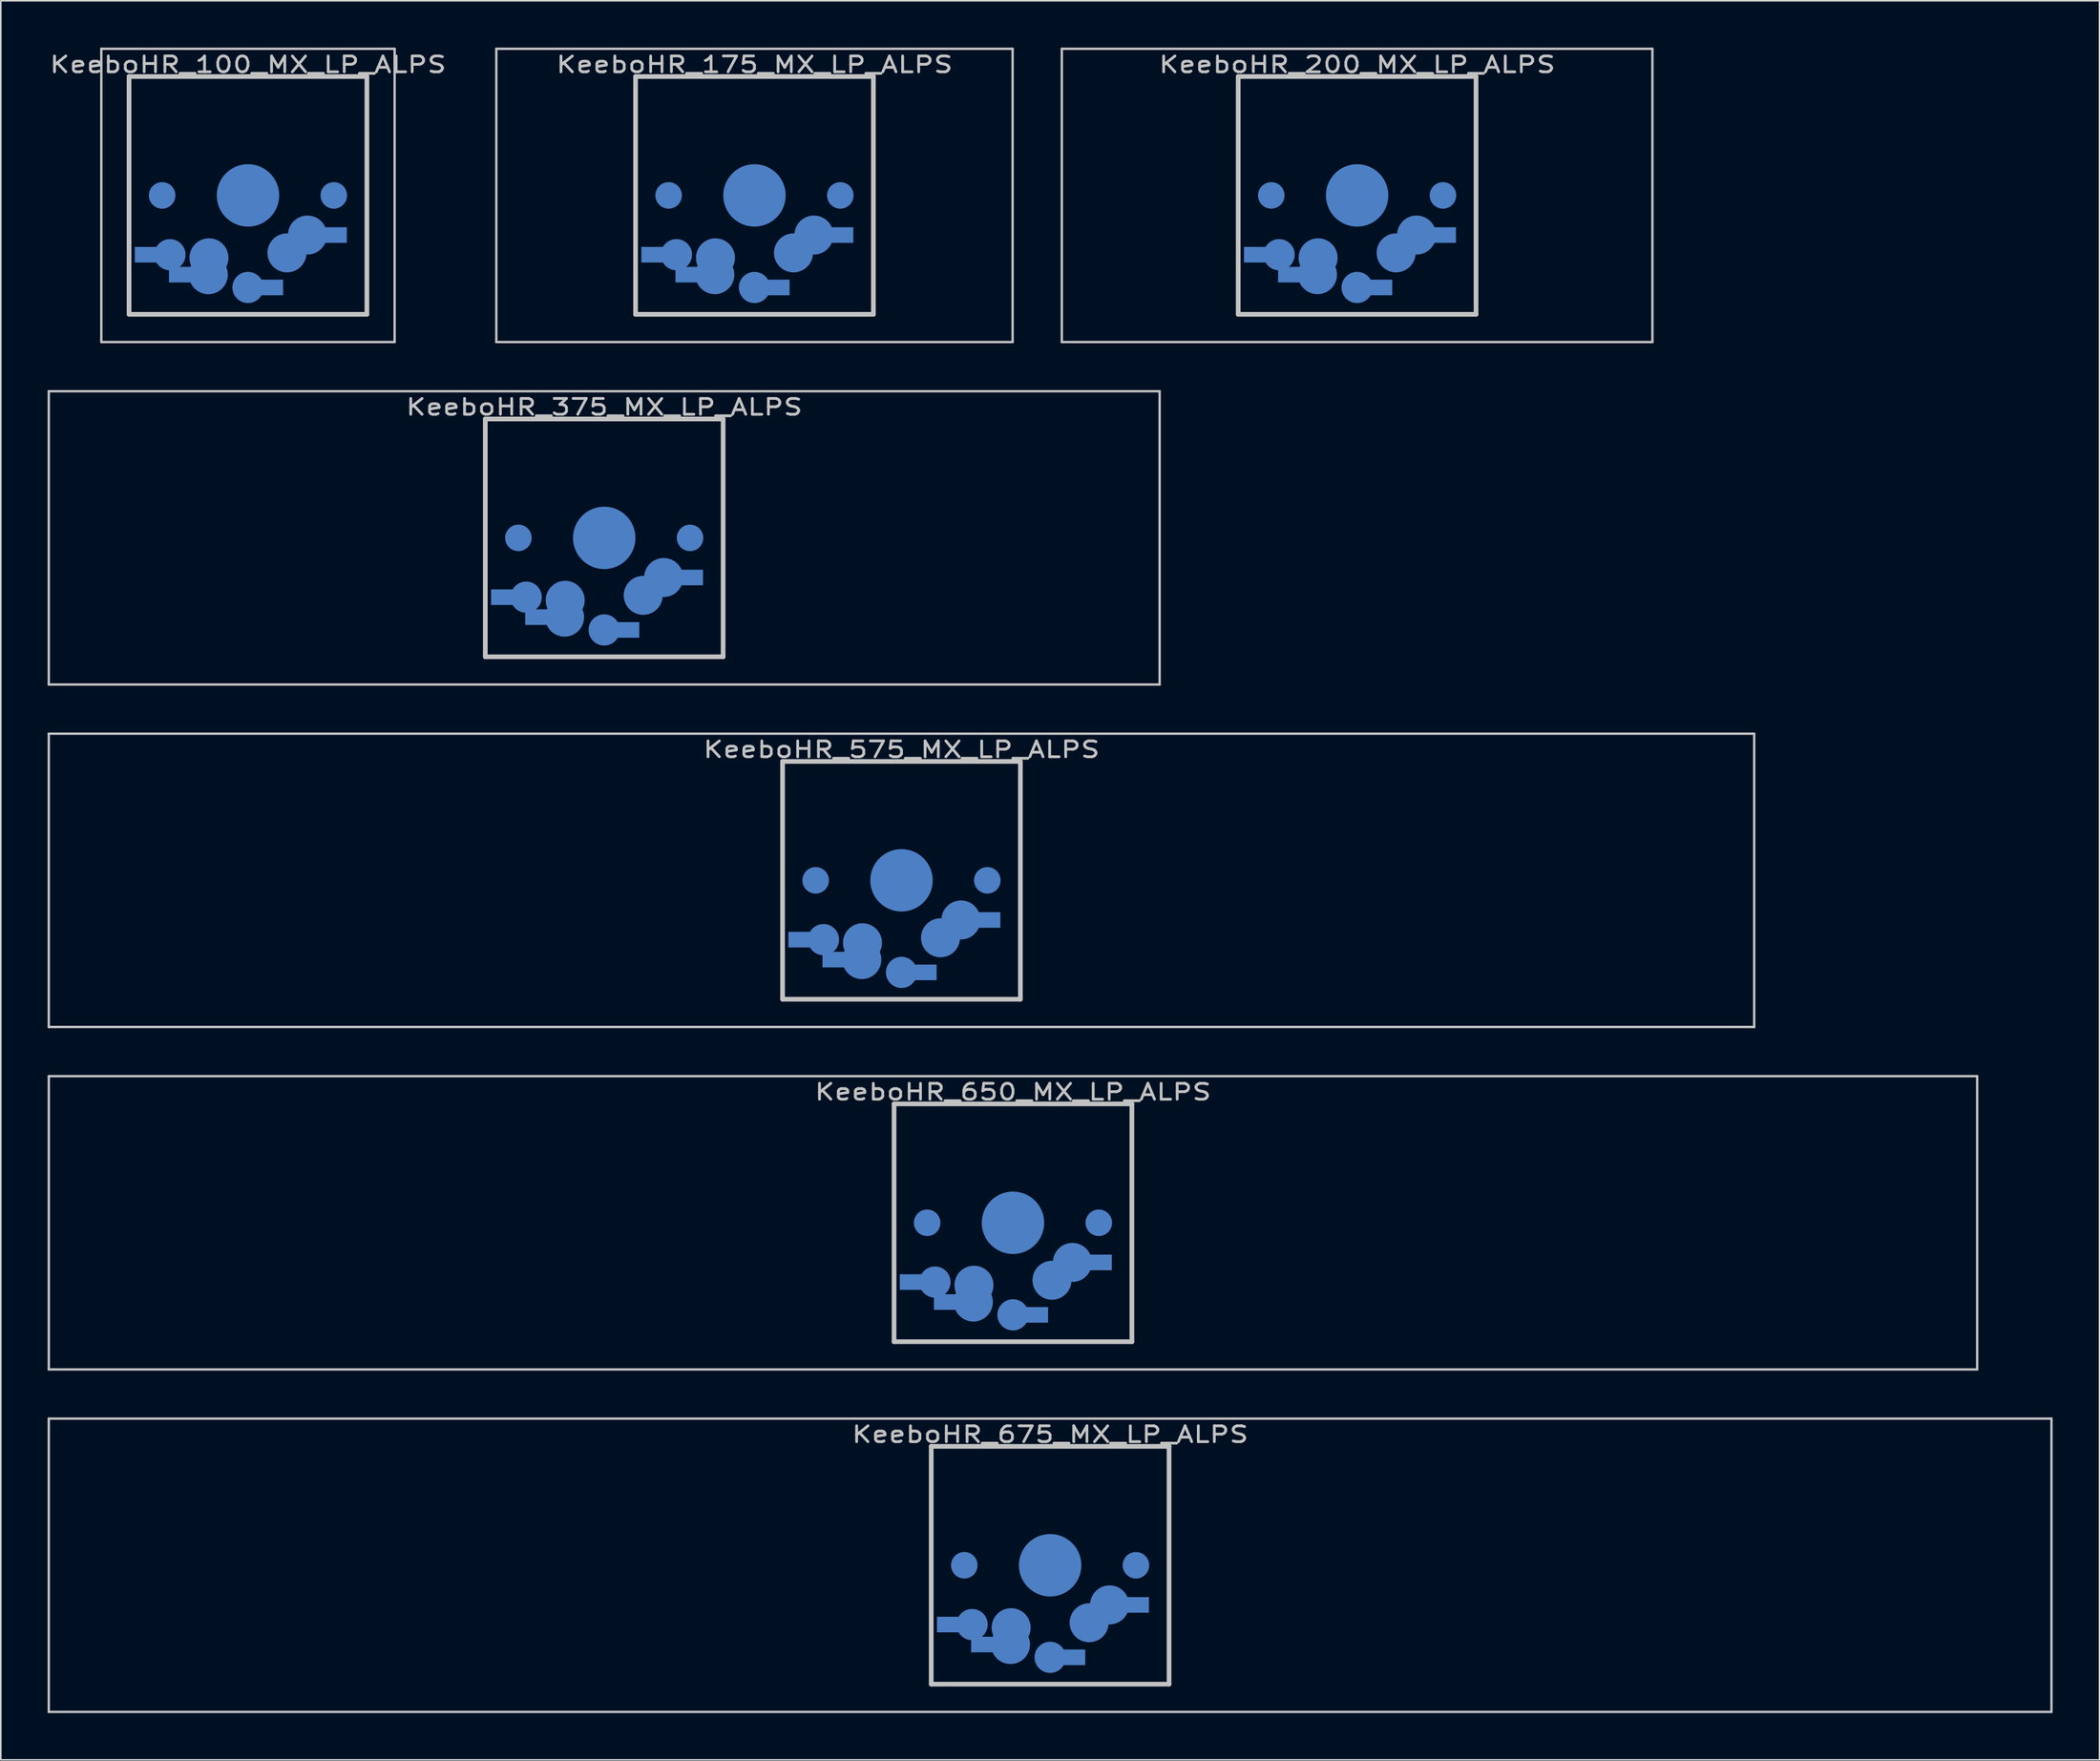
<source format=kicad_pcb>
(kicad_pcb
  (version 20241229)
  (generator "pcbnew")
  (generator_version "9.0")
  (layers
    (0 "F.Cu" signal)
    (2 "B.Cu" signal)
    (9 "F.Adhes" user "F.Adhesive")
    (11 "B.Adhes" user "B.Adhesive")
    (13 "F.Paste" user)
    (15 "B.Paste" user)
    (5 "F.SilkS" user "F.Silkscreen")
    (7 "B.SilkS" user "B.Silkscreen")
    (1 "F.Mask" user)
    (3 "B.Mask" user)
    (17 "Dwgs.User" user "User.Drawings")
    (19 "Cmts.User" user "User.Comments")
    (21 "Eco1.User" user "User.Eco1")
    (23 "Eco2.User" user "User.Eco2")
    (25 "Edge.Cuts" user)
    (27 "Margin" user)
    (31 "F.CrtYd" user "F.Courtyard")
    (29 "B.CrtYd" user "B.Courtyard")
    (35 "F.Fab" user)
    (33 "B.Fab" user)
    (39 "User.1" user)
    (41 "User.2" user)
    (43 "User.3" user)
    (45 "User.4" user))
  (footprint "KeeboHR_375_MX_LP_ALPS"
    (layer "B.Cu")
    (at 35.668 31.423)
    (property "Reference" "KeeboHR_375_MX_LP_ALPS" (at 0 -8.382 0) (layer "Dwgs.User") (effects (font (size 1.016 1.27) (thickness 0.178))))
    (attr through_hole)
    (fp_line (start -35.592 -9.398) (end 35.592 -9.398) (stroke (width 0.152) (type solid)) (layer "Dwgs.User"))
    (fp_line (start -35.592 9.398) (end -35.592 -9.398) (stroke (width 0.152) (type solid)) (layer "Dwgs.User"))
    (fp_line (start -7.62 -7.62) (end 7.62 -7.62) (stroke (width 0.3) (type solid)) (layer "Dwgs.User"))
    (fp_line (start -7.62 7.62) (end -7.62 -7.62) (stroke (width 0.3) (type solid)) (layer "Dwgs.User"))
    (fp_line (start 7.62 -7.62) (end 7.62 7.62) (stroke (width 0.3) (type solid)) (layer "Dwgs.User"))
    (fp_line (start 7.62 7.62) (end -7.62 7.62) (stroke (width 0.3) (type solid)) (layer "Dwgs.User"))
    (fp_line (start 35.592 -9.398) (end 35.592 9.398) (stroke (width 0.152) (type solid)) (layer "Dwgs.User"))
    (fp_line (start 35.592 9.398) (end -35.592 9.398) (stroke (width 0.152) (type solid)) (layer "Dwgs.User"))
    (pad "" smd circle (at -5.5 0) (size 1.7 1.7) (layers "B.Cu" "B.Mask"))
    (pad "" smd circle (at 0 0) (size 4 4) (layers "B.Cu" "B.Mask"))
    (pad "" smd circle (at 5.5 0) (size 1.7 1.7) (layers "B.Cu" "B.Mask"))
    (pad "1" smd circle (at 0 5.9) (size 2 2) (layers "B.Cu" "B.Mask"))
    (pad "1" smd rect (at 1.25 5.9) (size 2 1) (layers "B.Cu" "B.Mask"))
    (pad "1" smd circle (at 2.5 3.683) (size 2.5 2.5) (layers "B.Cu" "B.Mask"))
    (pad "1" smd circle (at 3.81 2.54) (size 2.5 2.5) (layers "B.Cu" "B.Mask"))
    (pad "1" smd rect (at 5.334 2.54) (size 2 1) (layers "B.Cu" "B.Mask"))
    (pad "2" smd rect (at -6.25 3.8) (size 2 1) (layers "B.Cu" "B.Mask"))
    (pad "2" smd circle (at -5 3.8) (size 2 2) (layers "B.Cu" "B.Mask"))
    (pad "2" smd rect (at -4.064 5.08) (size 2 1) (layers "B.Cu" "B.Mask"))
    (pad "2" smd circle (at -2.54 5.08) (size 2.5 2.5) (layers "B.Cu" "B.Mask"))
    (pad "2" smd circle (at -2.5 4) (size 2.5 2.5) (layers "B.Cu" "B.Mask")))
  (footprint "KeeboHR_175_MX_LP_ALPS"
    (layer "B.Cu")
    (at 45.297 9.474)
    (property "Reference" "KeeboHR_175_MX_LP_ALPS" (at 0 -8.382 0) (layer "Dwgs.User") (effects (font (size 1.016 1.27) (thickness 0.178))))
    (attr through_hole)
    (fp_line (start -16.542 -9.398) (end 16.542 -9.398) (stroke (width 0.152) (type solid)) (layer "Dwgs.User"))
    (fp_line (start -16.542 9.398) (end -16.542 -9.398) (stroke (width 0.152) (type solid)) (layer "Dwgs.User"))
    (fp_line (start -7.62 -7.62) (end 7.62 -7.62) (stroke (width 0.3) (type solid)) (layer "Dwgs.User"))
    (fp_line (start -7.62 7.62) (end -7.62 -7.62) (stroke (width 0.3) (type solid)) (layer "Dwgs.User"))
    (fp_line (start 7.62 -7.62) (end 7.62 7.62) (stroke (width 0.3) (type solid)) (layer "Dwgs.User"))
    (fp_line (start 7.62 7.62) (end -7.62 7.62) (stroke (width 0.3) (type solid)) (layer "Dwgs.User"))
    (fp_line (start 16.542 -9.398) (end 16.542 9.398) (stroke (width 0.152) (type solid)) (layer "Dwgs.User"))
    (fp_line (start 16.542 9.398) (end -16.542 9.398) (stroke (width 0.152) (type solid)) (layer "Dwgs.User"))
    (pad "" smd circle (at -5.5 0) (size 1.7 1.7) (layers "B.Cu" "B.Mask"))
    (pad "" smd circle (at 0 0) (size 4 4) (layers "B.Cu" "B.Mask"))
    (pad "" smd circle (at 5.5 0) (size 1.7 1.7) (layers "B.Cu" "B.Mask"))
    (pad "1" smd circle (at 0 5.9) (size 2 2) (layers "B.Cu" "B.Mask"))
    (pad "1" smd rect (at 1.25 5.9) (size 2 1) (layers "B.Cu" "B.Mask"))
    (pad "1" smd circle (at 2.5 3.683) (size 2.5 2.5) (layers "B.Cu" "B.Mask"))
    (pad "1" smd circle (at 3.81 2.54) (size 2.5 2.5) (layers "B.Cu" "B.Mask"))
    (pad "1" smd rect (at 5.334 2.54) (size 2 1) (layers "B.Cu" "B.Mask"))
    (pad "2" smd rect (at -6.25 3.8) (size 2 1) (layers "B.Cu" "B.Mask"))
    (pad "2" smd circle (at -5 3.8) (size 2 2) (layers "B.Cu" "B.Mask"))
    (pad "2" smd rect (at -4.064 5.08) (size 2 1) (layers "B.Cu" "B.Mask"))
    (pad "2" smd circle (at -2.54 5.08) (size 2.5 2.5) (layers "B.Cu" "B.Mask"))
    (pad "2" smd circle (at -2.5 4) (size 2.5 2.5) (layers "B.Cu" "B.Mask")))
  (footprint "KeeboHR_200_MX_LP_ALPS"
    (layer "B.Cu")
    (at 83.915 9.474)
    (property "Reference" "KeeboHR_200_MX_LP_ALPS" (at 0 -8.382 0) (layer "Dwgs.User") (effects (font (size 1.016 1.27) (thickness 0.178))))
    (attr through_hole)
    (fp_line (start -18.923 -9.398) (end 18.923 -9.398) (stroke (width 0.152) (type solid)) (layer "Dwgs.User"))
    (fp_line (start -18.923 9.398) (end -18.923 -9.398) (stroke (width 0.152) (type solid)) (layer "Dwgs.User"))
    (fp_line (start -7.62 -7.62) (end 7.62 -7.62) (stroke (width 0.3) (type solid)) (layer "Dwgs.User"))
    (fp_line (start -7.62 7.62) (end -7.62 -7.62) (stroke (width 0.3) (type solid)) (layer "Dwgs.User"))
    (fp_line (start 7.62 -7.62) (end 7.62 7.62) (stroke (width 0.3) (type solid)) (layer "Dwgs.User"))
    (fp_line (start 7.62 7.62) (end -7.62 7.62) (stroke (width 0.3) (type solid)) (layer "Dwgs.User"))
    (fp_line (start 18.923 -9.398) (end 18.923 9.398) (stroke (width 0.152) (type solid)) (layer "Dwgs.User"))
    (fp_line (start 18.923 9.398) (end -18.923 9.398) (stroke (width 0.152) (type solid)) (layer "Dwgs.User"))
    (pad "" smd circle (at -5.5 0) (size 1.7 1.7) (layers "B.Cu" "B.Mask"))
    (pad "" smd circle (at 0 0) (size 4 4) (layers "B.Cu" "B.Mask"))
    (pad "" smd circle (at 5.5 0) (size 1.7 1.7) (layers "B.Cu" "B.Mask"))
    (pad "1" smd circle (at 0 5.9) (size 2 2) (layers "B.Cu" "B.Mask"))
    (pad "1" smd rect (at 1.25 5.9) (size 2 1) (layers "B.Cu" "B.Mask"))
    (pad "1" smd circle (at 2.5 3.683) (size 2.5 2.5) (layers "B.Cu" "B.Mask"))
    (pad "1" smd circle (at 3.81 2.54) (size 2.5 2.5) (layers "B.Cu" "B.Mask"))
    (pad "1" smd rect (at 5.334 2.54) (size 2 1) (layers "B.Cu" "B.Mask"))
    (pad "2" smd rect (at -6.25 3.8) (size 2 1) (layers "B.Cu" "B.Mask"))
    (pad "2" smd circle (at -5 3.8) (size 2 2) (layers "B.Cu" "B.Mask"))
    (pad "2" smd rect (at -4.064 5.08) (size 2 1) (layers "B.Cu" "B.Mask"))
    (pad "2" smd circle (at -2.54 5.08) (size 2.5 2.5) (layers "B.Cu" "B.Mask"))
    (pad "2" smd circle (at -2.5 4) (size 2.5 2.5) (layers "B.Cu" "B.Mask")))
  (footprint "KeeboHR_100_MX_LP_ALPS"
    (layer "B.Cu")
    (at 12.84 9.474)
    (property "Reference" "KeeboHR_100_MX_LP_ALPS" (at 0 -8.382 0) (layer "Dwgs.User") (effects (font (size 1.016 1.27) (thickness 0.178))))
    (attr through_hole)
    (fp_line (start -9.398 -9.398) (end 9.398 -9.398) (stroke (width 0.152) (type solid)) (layer "Dwgs.User"))
    (fp_line (start -9.398 9.398) (end -9.398 -9.398) (stroke (width 0.152) (type solid)) (layer "Dwgs.User"))
    (fp_line (start -7.62 -7.62) (end 7.62 -7.62) (stroke (width 0.3) (type solid)) (layer "Dwgs.User"))
    (fp_line (start -7.62 7.62) (end -7.62 -7.62) (stroke (width 0.3) (type solid)) (layer "Dwgs.User"))
    (fp_line (start 7.62 -7.62) (end 7.62 7.62) (stroke (width 0.3) (type solid)) (layer "Dwgs.User"))
    (fp_line (start 7.62 7.62) (end -7.62 7.62) (stroke (width 0.3) (type solid)) (layer "Dwgs.User"))
    (fp_line (start 9.398 -9.398) (end 9.398 9.398) (stroke (width 0.152) (type solid)) (layer "Dwgs.User"))
    (fp_line (start 9.398 9.398) (end -9.398 9.398) (stroke (width 0.152) (type solid)) (layer "Dwgs.User"))
    (pad "" smd circle (at -5.5 0) (size 1.7 1.7) (layers "B.Cu" "B.Mask"))
    (pad "" smd circle (at 0 0) (size 4 4) (layers "B.Cu" "B.Mask"))
    (pad "" smd circle (at 5.5 0) (size 1.7 1.7) (layers "B.Cu" "B.Mask"))
    (pad "1" smd circle (at 0 5.9) (size 2 2) (layers "B.Cu" "B.Mask"))
    (pad "1" smd rect (at 1.25 5.9) (size 2 1) (layers "B.Cu" "B.Mask"))
    (pad "1" smd circle (at 2.5 3.683) (size 2.5 2.5) (layers "B.Cu" "B.Mask"))
    (pad "1" smd circle (at 3.81 2.54) (size 2.5 2.5) (layers "B.Cu" "B.Mask"))
    (pad "1" smd rect (at 5.334 2.54) (size 2 1) (layers "B.Cu" "B.Mask"))
    (pad "2" smd rect (at -6.25 3.8) (size 2 1) (layers "B.Cu" "B.Mask"))
    (pad "2" smd circle (at -5 3.8) (size 2 2) (layers "B.Cu" "B.Mask"))
    (pad "2" smd rect (at -4.064 5.08) (size 2 1) (layers "B.Cu" "B.Mask"))
    (pad "2" smd circle (at -2.54 5.08) (size 2.5 2.5) (layers "B.Cu" "B.Mask"))
    (pad "2" smd circle (at -2.5 4) (size 2.5 2.5) (layers "B.Cu" "B.Mask")))
  (footprint "KeeboHR_675_MX_LP_ALPS"
    (layer "B.Cu")
    (at 64.243 97.268)
    (property "Reference" "KeeboHR_675_MX_LP_ALPS" (at 0 -8.382 0) (layer "Dwgs.User") (effects (font (size 1.016 1.27) (thickness 0.178))))
    (attr through_hole)
    (fp_line (start -64.167 -9.398) (end 64.167 -9.398) (stroke (width 0.152) (type solid)) (layer "Dwgs.User"))
    (fp_line (start -64.167 9.398) (end -64.167 -9.398) (stroke (width 0.152) (type solid)) (layer "Dwgs.User"))
    (fp_line (start -7.62 -7.62) (end 7.62 -7.62) (stroke (width 0.3) (type solid)) (layer "Dwgs.User"))
    (fp_line (start -7.62 7.62) (end -7.62 -7.62) (stroke (width 0.3) (type solid)) (layer "Dwgs.User"))
    (fp_line (start 7.62 -7.62) (end 7.62 7.62) (stroke (width 0.3) (type solid)) (layer "Dwgs.User"))
    (fp_line (start 7.62 7.62) (end -7.62 7.62) (stroke (width 0.3) (type solid)) (layer "Dwgs.User"))
    (fp_line (start 64.167 -9.398) (end 64.167 9.398) (stroke (width 0.152) (type solid)) (layer "Dwgs.User"))
    (fp_line (start 64.167 9.398) (end -64.167 9.398) (stroke (width 0.152) (type solid)) (layer "Dwgs.User"))
    (pad "" smd circle (at -5.5 0) (size 1.7 1.7) (layers "B.Cu" "B.Mask"))
    (pad "" smd circle (at 0 0) (size 4 4) (layers "B.Cu" "B.Mask"))
    (pad "" smd circle (at 5.5 0) (size 1.7 1.7) (layers "B.Cu" "B.Mask"))
    (pad "1" smd circle (at 0 5.9) (size 2 2) (layers "B.Cu" "B.Mask"))
    (pad "1" smd rect (at 1.25 5.9) (size 2 1) (layers "B.Cu" "B.Mask"))
    (pad "1" smd circle (at 2.5 3.683) (size 2.5 2.5) (layers "B.Cu" "B.Mask"))
    (pad "1" smd circle (at 3.81 2.54) (size 2.5 2.5) (layers "B.Cu" "B.Mask"))
    (pad "1" smd rect (at 5.334 2.54) (size 2 1) (layers "B.Cu" "B.Mask"))
    (pad "2" smd rect (at -6.25 3.8) (size 2 1) (layers "B.Cu" "B.Mask"))
    (pad "2" smd circle (at -5 3.8) (size 2 2) (layers "B.Cu" "B.Mask"))
    (pad "2" smd rect (at -4.064 5.08) (size 2 1) (layers "B.Cu" "B.Mask"))
    (pad "2" smd circle (at -2.54 5.08) (size 2.5 2.5) (layers "B.Cu" "B.Mask"))
    (pad "2" smd circle (at -2.5 4) (size 2.5 2.5) (layers "B.Cu" "B.Mask")))
  (footprint "KeeboHR_650_MX_LP_ALPS"
    (layer "B.Cu")
    (at 61.862 75.319)
    (property "Reference" "KeeboHR_650_MX_LP_ALPS" (at 0 -8.382 0) (layer "Dwgs.User") (effects (font (size 1.016 1.27) (thickness 0.178))))
    (attr through_hole)
    (fp_line (start -61.785 -9.398) (end 61.785 -9.398) (stroke (width 0.152) (type solid)) (layer "Dwgs.User"))
    (fp_line (start -61.785 9.398) (end -61.785 -9.398) (stroke (width 0.152) (type solid)) (layer "Dwgs.User"))
    (fp_line (start -7.62 -7.62) (end 7.62 -7.62) (stroke (width 0.3) (type solid)) (layer "Dwgs.User"))
    (fp_line (start -7.62 7.62) (end -7.62 -7.62) (stroke (width 0.3) (type solid)) (layer "Dwgs.User"))
    (fp_line (start 7.62 -7.62) (end 7.62 7.62) (stroke (width 0.3) (type solid)) (layer "Dwgs.User"))
    (fp_line (start 7.62 7.62) (end -7.62 7.62) (stroke (width 0.3) (type solid)) (layer "Dwgs.User"))
    (fp_line (start 61.785 -9.398) (end 61.785 9.398) (stroke (width 0.152) (type solid)) (layer "Dwgs.User"))
    (fp_line (start 61.785 9.398) (end -61.785 9.398) (stroke (width 0.152) (type solid)) (layer "Dwgs.User"))
    (pad "" smd circle (at -5.5 0) (size 1.7 1.7) (layers "B.Cu" "B.Mask"))
    (pad "" smd circle (at 0 0) (size 4 4) (layers "B.Cu" "B.Mask"))
    (pad "" smd circle (at 5.5 0) (size 1.7 1.7) (layers "B.Cu" "B.Mask"))
    (pad "1" smd circle (at 0 5.9) (size 2 2) (layers "B.Cu" "B.Mask"))
    (pad "1" smd rect (at 1.25 5.9) (size 2 1) (layers "B.Cu" "B.Mask"))
    (pad "1" smd circle (at 2.5 3.683) (size 2.5 2.5) (layers "B.Cu" "B.Mask"))
    (pad "1" smd circle (at 3.81 2.54) (size 2.5 2.5) (layers "B.Cu" "B.Mask"))
    (pad "1" smd rect (at 5.334 2.54) (size 2 1) (layers "B.Cu" "B.Mask"))
    (pad "2" smd rect (at -6.25 3.8) (size 2 1) (layers "B.Cu" "B.Mask"))
    (pad "2" smd circle (at -5 3.8) (size 2 2) (layers "B.Cu" "B.Mask"))
    (pad "2" smd rect (at -4.064 5.08) (size 2 1) (layers "B.Cu" "B.Mask"))
    (pad "2" smd circle (at -2.54 5.08) (size 2.5 2.5) (layers "B.Cu" "B.Mask"))
    (pad "2" smd circle (at -2.5 4) (size 2.5 2.5) (layers "B.Cu" "B.Mask")))
  (footprint "KeeboHR_575_MX_LP_ALPS"
    (layer "B.Cu")
    (at 54.718 53.371)
    (property "Reference" "KeeboHR_575_MX_LP_ALPS" (at 0 -8.382 0) (layer "Dwgs.User") (effects (font (size 1.016 1.27) (thickness 0.178))))
    (attr through_hole)
    (fp_line (start -54.642 -9.398) (end 54.642 -9.398) (stroke (width 0.152) (type solid)) (layer "Dwgs.User"))
    (fp_line (start -54.642 9.398) (end -54.642 -9.398) (stroke (width 0.152) (type solid)) (layer "Dwgs.User"))
    (fp_line (start -7.62 -7.62) (end 7.62 -7.62) (stroke (width 0.3) (type solid)) (layer "Dwgs.User"))
    (fp_line (start -7.62 7.62) (end -7.62 -7.62) (stroke (width 0.3) (type solid)) (layer "Dwgs.User"))
    (fp_line (start 7.62 -7.62) (end 7.62 7.62) (stroke (width 0.3) (type solid)) (layer "Dwgs.User"))
    (fp_line (start 7.62 7.62) (end -7.62 7.62) (stroke (width 0.3) (type solid)) (layer "Dwgs.User"))
    (fp_line (start 54.642 -9.398) (end 54.642 9.398) (stroke (width 0.152) (type solid)) (layer "Dwgs.User"))
    (fp_line (start 54.642 9.398) (end -54.642 9.398) (stroke (width 0.152) (type solid)) (layer "Dwgs.User"))
    (pad "" smd circle (at -5.5 0) (size 1.7 1.7) (layers "B.Cu" "B.Mask"))
    (pad "" smd circle (at 0 0) (size 4 4) (layers "B.Cu" "B.Mask"))
    (pad "" smd circle (at 5.5 0) (size 1.7 1.7) (layers "B.Cu" "B.Mask"))
    (pad "1" smd circle (at 0 5.9) (size 2 2) (layers "B.Cu" "B.Mask"))
    (pad "1" smd rect (at 1.25 5.9) (size 2 1) (layers "B.Cu" "B.Mask"))
    (pad "1" smd circle (at 2.5 3.683) (size 2.5 2.5) (layers "B.Cu" "B.Mask"))
    (pad "1" smd circle (at 3.81 2.54) (size 2.5 2.5) (layers "B.Cu" "B.Mask"))
    (pad "1" smd rect (at 5.334 2.54) (size 2 1) (layers "B.Cu" "B.Mask"))
    (pad "2" smd rect (at -6.25 3.8) (size 2 1) (layers "B.Cu" "B.Mask"))
    (pad "2" smd circle (at -5 3.8) (size 2 2) (layers "B.Cu" "B.Mask"))
    (pad "2" smd rect (at -4.064 5.08) (size 2 1) (layers "B.Cu" "B.Mask"))
    (pad "2" smd circle (at -2.54 5.08) (size 2.5 2.5) (layers "B.Cu" "B.Mask"))
    (pad "2" smd circle (at -2.5 4) (size 2.5 2.5) (layers "B.Cu" "B.Mask")))
  (gr_rect
    (start -3 -3)
    (end 131.486 109.742)
    (stroke (width 0.1) (type default))
    (fill no)
    (layer "Edge.Cuts")))
</source>
